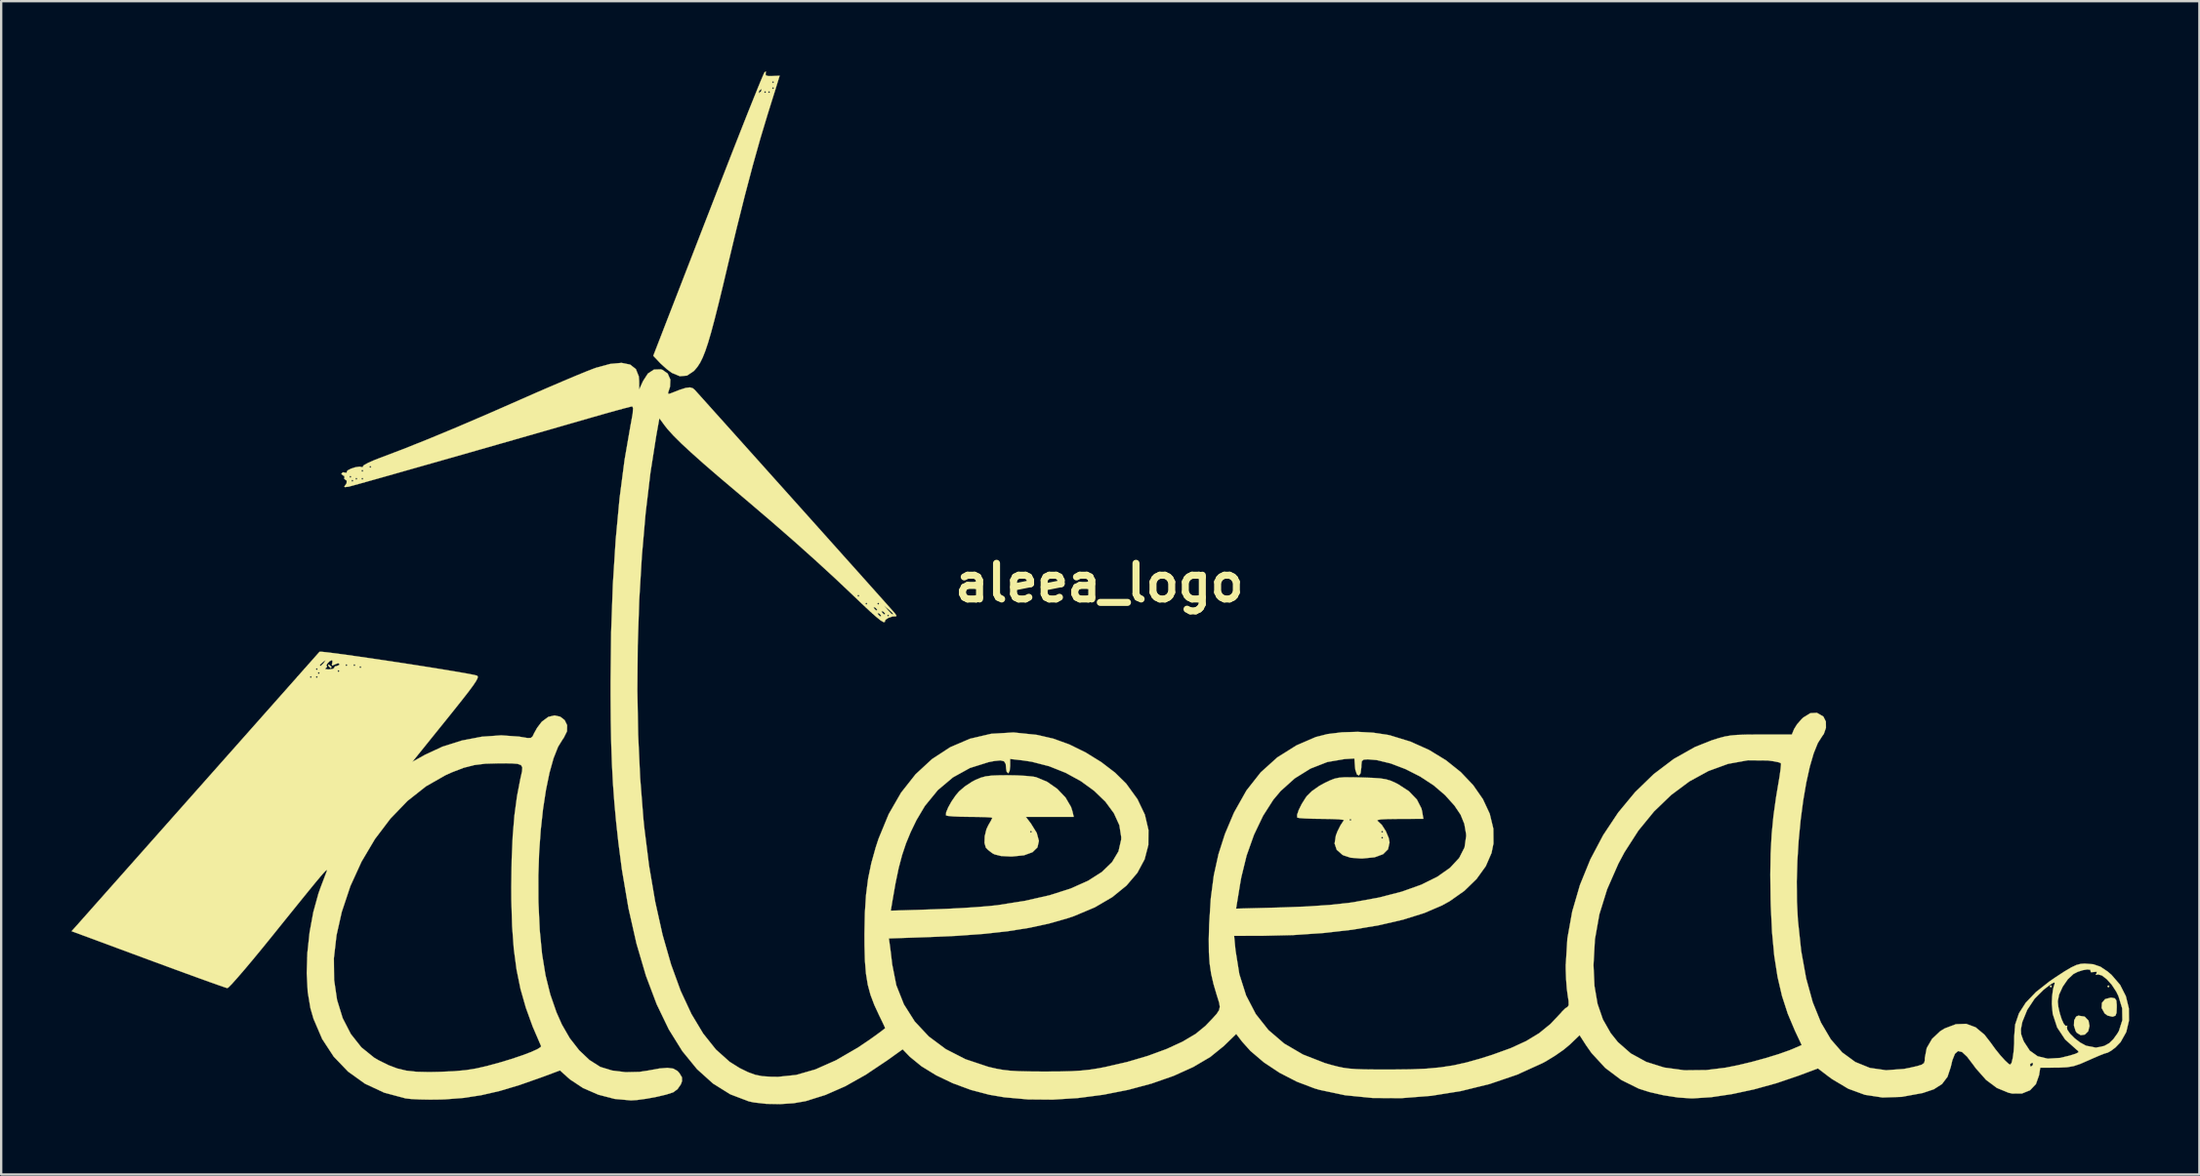
<source format=kicad_pcb>
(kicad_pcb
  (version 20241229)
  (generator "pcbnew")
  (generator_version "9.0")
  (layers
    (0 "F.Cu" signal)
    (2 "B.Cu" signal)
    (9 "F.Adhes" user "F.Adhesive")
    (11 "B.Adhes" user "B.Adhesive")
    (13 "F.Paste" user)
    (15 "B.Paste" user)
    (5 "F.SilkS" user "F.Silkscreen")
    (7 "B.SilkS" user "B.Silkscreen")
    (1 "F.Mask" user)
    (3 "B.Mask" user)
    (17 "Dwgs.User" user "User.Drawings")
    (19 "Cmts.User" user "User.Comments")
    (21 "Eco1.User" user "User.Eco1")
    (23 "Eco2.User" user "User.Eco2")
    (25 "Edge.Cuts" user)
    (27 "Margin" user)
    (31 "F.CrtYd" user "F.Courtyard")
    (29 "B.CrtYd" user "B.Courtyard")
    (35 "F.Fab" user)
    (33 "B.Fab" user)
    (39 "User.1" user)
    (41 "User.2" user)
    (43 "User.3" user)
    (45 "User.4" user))
  (footprint "aleea_logo"
    (layer "F.Cu")
    (at 43.865 21.835)
    (property "Reference" "aleea_logo" (at 0 0 0) (layer "F.SilkS") (effects (font (size 1.524 1.524) (thickness 0.3))))
    (attr through_hole)
    (fp_poly (pts (xy 40.64 17.23) (xy 40.598 17.272) (xy 40.555 17.23) (xy 40.598 17.187) (xy 40.64 17.23)) (stroke (width 0.01) (type solid)) (fill yes) (layer "F.SilkS"))
    (fp_poly (pts (xy 43.095 17.23) (xy 43.053 17.272) (xy 43.011 17.23) (xy 43.053 17.187) (xy 43.095 17.23)) (stroke (width 0.01) (type solid)) (fill yes) (layer "F.SilkS"))
    (fp_poly (pts (xy -32.864 3.506) (xy -32.774 3.584) (xy -32.766 3.603) (xy -32.806 3.638) (xy -32.89 3.56) (xy -32.901 3.543) (xy -32.911 3.485) (xy -32.864 3.506)) (stroke (width 0.01) (type solid)) (fill yes) (layer "F.SilkS"))
    (fp_poly (pts (xy 42.043 18.521) (xy 42.206 18.69) (xy 42.249 18.917) (xy 42.192 19.148) (xy 42.051 19.286) (xy 41.874 19.313) (xy 41.708 19.212) (xy 41.657 19.137) (xy 41.584 18.904) (xy 41.594 18.679) (xy 41.677 18.521) (xy 41.771 18.478) (xy 42.043 18.521)) (stroke (width 0.01) (type solid)) (fill yes) (layer "F.SilkS"))
    (fp_poly (pts (xy 43.199 17.713) (xy 43.329 17.74) (xy 43.392 17.826) (xy 43.411 18.016) (xy 43.411 18.119) (xy 43.401 18.36) (xy 43.356 18.478) (xy 43.254 18.519) (xy 43.222 18.523) (xy 43.019 18.475) (xy 42.895 18.385) (xy 42.766 18.151) (xy 42.779 17.933) (xy 42.915 17.772) (xy 43.155 17.711) (xy 43.199 17.713)) (stroke (width 0.01) (type solid)) (fill yes) (layer "F.SilkS"))
    (fp_poly (pts (xy -3.523 8.221) (xy -3.141 8.242) (xy -2.841 8.272) (xy -2.706 8.297) (xy -2.232 8.494) (xy -1.801 8.795) (xy -1.448 9.165) (xy -1.211 9.57) (xy -1.151 9.758) (xy -1.097 9.991) (xy -3.141 9.991) (xy -2.926 10.273) (xy -2.676 10.676) (xy -2.583 11.018) (xy -2.645 11.295) (xy -2.857 11.501) (xy -3.217 11.632) (xy -3.723 11.683) (xy -3.787 11.684) (xy -4.2 11.662) (xy -4.48 11.592) (xy -4.574 11.541) (xy -4.747 11.408) (xy -4.846 11.308) (xy -4.905 11.105) (xy -4.895 10.82) (xy -4.848 10.626) (xy -2.963 10.626) (xy -2.921 10.668) (xy -2.879 10.626) (xy -2.921 10.583) (xy -2.963 10.626) (xy -4.848 10.626) (xy -4.823 10.523) (xy -4.741 10.348) (xy -4.632 10.16) (xy -4.575 10.043) (xy -4.572 10.031) (xy -4.651 10.015) (xy -4.866 10.002) (xy -5.183 9.994) (xy -5.541 9.991) (xy -5.928 9.985) (xy -6.249 9.971) (xy -6.468 9.95) (xy -6.549 9.927) (xy -6.541 9.801) (xy -6.453 9.587) (xy -6.309 9.33) (xy -6.132 9.073) (xy -5.988 8.903) (xy -5.743 8.693) (xy -5.436 8.491) (xy -5.292 8.415) (xy -5.074 8.323) (xy -4.859 8.263) (xy -4.6 8.23) (xy -4.25 8.216) (xy -3.937 8.214) (xy -3.523 8.221)) (stroke (width 0.01) (type solid)) (fill yes) (layer "F.SilkS"))
    (fp_poly (pts (xy 11.195 8.311) (xy 11.647 8.326) (xy 11.972 8.348) (xy 12.214 8.385) (xy 12.416 8.443) (xy 12.619 8.532) (xy 12.741 8.594) (xy 13.204 8.895) (xy 13.545 9.249) (xy 13.742 9.634) (xy 13.772 9.764) (xy 13.823 10.075) (xy 12.775 10.078) (xy 12.31 10.084) (xy 12.009 10.1) (xy 11.865 10.127) (xy 11.868 10.163) (xy 12.051 10.336) (xy 12.223 10.605) (xy 12.345 10.896) (xy 12.38 11.083) (xy 12.315 11.375) (xy 12.102 11.586) (xy 11.741 11.717) (xy 11.23 11.768) (xy 11.149 11.768) (xy 10.722 11.736) (xy 10.412 11.635) (xy 10.362 11.607) (xy 10.125 11.396) (xy 10.035 11.13) (xy 10.075 10.88) (xy 12.023 10.88) (xy 12.065 10.922) (xy 12.107 10.88) (xy 12.065 10.837) (xy 12.023 10.88) (xy 10.075 10.88) (xy 10.088 10.791) (xy 10.152 10.626) (xy 12.023 10.626) (xy 12.065 10.668) (xy 12.107 10.626) (xy 12.065 10.583) (xy 12.023 10.626) (xy 10.152 10.626) (xy 10.161 10.604) (xy 10.281 10.363) (xy 10.393 10.189) (xy 10.438 10.143) (xy 10.4 10.118) (xy 10.396 10.118) (xy 10.668 10.118) (xy 10.71 10.16) (xy 10.753 10.118) (xy 10.71 10.075) (xy 10.668 10.118) (xy 10.396 10.118) (xy 10.221 10.097) (xy 9.929 10.083) (xy 9.552 10.077) (xy 9.518 10.077) (xy 9.118 10.072) (xy 8.782 10.06) (xy 8.545 10.043) (xy 8.442 10.023) (xy 8.442 10.022) (xy 8.434 9.907) (xy 8.505 9.698) (xy 8.634 9.438) (xy 8.802 9.171) (xy 8.853 9.102) (xy 9.069 8.89) (xy 9.381 8.671) (xy 9.61 8.545) (xy 9.838 8.436) (xy 10.026 8.363) (xy 10.215 8.321) (xy 10.449 8.302) (xy 10.769 8.301) (xy 11.195 8.311)) (stroke (width 0.01) (type solid)) (fill yes) (layer "F.SilkS"))
    (fp_poly (pts (xy -14.245 -21.755) (xy -14.241 -21.67) (xy -14.128 -21.637) (xy -13.968 -21.638) (xy -13.646 -21.652) (xy -13.754 -21.304) (xy -13.822 -21.082) (xy -13.927 -20.747) (xy -14.052 -20.346) (xy -14.166 -19.981) (xy -14.475 -18.955) (xy -14.796 -17.811) (xy -15.132 -16.536) (xy -15.487 -15.118) (xy -15.833 -13.674) (xy -16.059 -12.718) (xy -16.255 -11.913) (xy -16.424 -11.244) (xy -16.571 -10.695) (xy -16.701 -10.251) (xy -16.819 -9.898) (xy -16.93 -9.62) (xy -17.038 -9.402) (xy -17.149 -9.23) (xy -17.266 -9.088) (xy -17.315 -9.038) (xy -17.599 -8.848) (xy -17.906 -8.823) (xy -18.244 -8.964) (xy -18.246 -8.965) (xy -18.468 -9.131) (xy -18.709 -9.348) (xy -18.769 -9.409) (xy -19.038 -9.694) (xy -18.53 -11.007) (xy -18.404 -11.332) (xy -18.224 -11.796) (xy -17.998 -12.379) (xy -17.733 -13.062) (xy -17.437 -13.825) (xy -17.117 -14.651) (xy -16.781 -15.518) (xy -16.435 -16.408) (xy -16.199 -17.018) (xy -15.869 -17.866) (xy -15.555 -18.669) (xy -15.264 -19.41) (xy -15 -20.077) (xy -14.768 -20.656) (xy -14.662 -20.918) (xy -14.542 -20.918) (xy -14.53 -20.913) (xy -14.475 -20.955) (xy -14.309 -20.955) (xy -14.266 -20.913) (xy -14.224 -20.955) (xy -14.139 -20.955) (xy -14.097 -20.913) (xy -14.055 -20.955) (xy -14.097 -20.997) (xy -14.139 -20.955) (xy -14.224 -20.955) (xy -14.266 -20.997) (xy -14.309 -20.955) (xy -14.475 -20.955) (xy -14.453 -20.972) (xy -14.436 -20.997) (xy -14.414 -21.076) (xy -14.426 -21.082) (xy -14.503 -21.022) (xy -14.52 -20.997) (xy -14.542 -20.918) (xy -14.662 -20.918) (xy -14.579 -21.124) (xy -13.97 -21.124) (xy -13.928 -21.082) (xy -13.885 -21.124) (xy -13.928 -21.167) (xy -13.97 -21.124) (xy -14.579 -21.124) (xy -14.576 -21.131) (xy -14.474 -21.378) (xy -13.97 -21.378) (xy -13.928 -21.336) (xy -13.885 -21.378) (xy -13.928 -21.421) (xy -13.97 -21.378) (xy -14.474 -21.378) (xy -14.428 -21.49) (xy -14.33 -21.719) (xy -14.288 -21.802) (xy -14.23 -21.83) (xy -14.245 -21.755)) (stroke (width 0.01) (type solid)) (fill yes) (layer "F.SilkS"))
    (fp_poly (pts (xy -33.188 2.942) (xy -32.951 2.967) (xy -32.591 3.012) (xy -32.129 3.074) (xy -31.588 3.151) (xy -30.988 3.238) (xy -30.351 3.333) (xy -29.7 3.431) (xy -29.056 3.531) (xy -28.441 3.628) (xy -27.877 3.72) (xy -27.385 3.802) (xy -26.988 3.872) (xy -26.706 3.926) (xy -26.562 3.961) (xy -26.558 3.963) (xy -26.526 3.998) (xy -26.537 4.072) (xy -26.602 4.198) (xy -26.731 4.39) (xy -26.933 4.662) (xy -27.219 5.028) (xy -27.597 5.503) (xy -27.863 5.834) (xy -29.321 7.643) (xy -28.779 7.341) (xy -28.03 6.993) (xy -27.208 6.733) (xy -26.359 6.57) (xy -25.529 6.511) (xy -24.762 6.565) (xy -24.664 6.582) (xy -24.407 6.625) (xy -24.265 6.621) (xy -24.186 6.553) (xy -24.123 6.419) (xy -23.995 6.19) (xy -23.814 5.952) (xy -23.788 5.923) (xy -23.519 5.723) (xy -23.25 5.661) (xy -23.008 5.715) (xy -22.82 5.861) (xy -22.715 6.076) (xy -22.72 6.338) (xy -22.862 6.624) (xy -22.894 6.664) (xy -23.102 7.001) (xy -23.294 7.488) (xy -23.467 8.106) (xy -23.617 8.836) (xy -23.743 9.658) (xy -23.841 10.555) (xy -23.909 11.508) (xy -23.943 12.496) (xy -23.941 13.502) (xy -23.938 13.659) (xy -23.884 14.822) (xy -23.785 15.845) (xy -23.637 16.754) (xy -23.434 17.573) (xy -23.173 18.328) (xy -22.939 18.857) (xy -22.603 19.441) (xy -22.2 19.958) (xy -21.76 20.375) (xy -21.312 20.659) (xy -21.279 20.674) (xy -20.793 20.822) (xy -20.22 20.892) (xy -19.625 20.879) (xy -19.262 20.824) (xy -18.782 20.736) (xy -18.433 20.707) (xy -18.186 20.74) (xy -18.01 20.837) (xy -17.926 20.928) (xy -17.815 21.111) (xy -17.811 21.272) (xy -17.859 21.408) (xy -18.004 21.618) (xy -18.189 21.753) (xy -18.488 21.849) (xy -18.888 21.944) (xy -19.324 22.025) (xy -19.729 22.08) (xy -19.991 22.097) (xy -20.686 22.034) (xy -21.383 21.853) (xy -22.032 21.571) (xy -22.583 21.207) (xy -22.675 21.128) (xy -23.019 20.817) (xy -23.808 21.111) (xy -24.755 21.444) (xy -25.599 21.696) (xy -26.378 21.875) (xy -27.133 21.991) (xy -27.903 22.051) (xy -28.109 22.059) (xy -28.565 22.064) (xy -29.005 22.056) (xy -29.377 22.037) (xy -29.612 22.01) (xy -30.523 21.766) (xy -31.342 21.383) (xy -32.061 20.868) (xy -32.673 20.23) (xy -33.167 19.476) (xy -33.536 18.615) (xy -33.668 18.159) (xy -33.784 17.465) (xy -33.826 16.664) (xy -33.806 16.027) (xy -32.668 16.027) (xy -32.658 16.952) (xy -32.532 17.809) (xy -32.293 18.584) (xy -31.945 19.262) (xy -31.495 19.831) (xy -30.946 20.275) (xy -30.752 20.388) (xy -30.34 20.592) (xy -29.962 20.735) (xy -29.576 20.827) (xy -29.137 20.875) (xy -28.604 20.887) (xy -28.152 20.878) (xy -27.542 20.852) (xy -27.04 20.806) (xy -26.588 20.733) (xy -26.126 20.627) (xy -26.12 20.625) (xy -25.587 20.48) (xy -25.083 20.327) (xy -24.633 20.175) (xy -24.261 20.035) (xy -23.989 19.913) (xy -23.843 19.82) (xy -23.826 19.779) (xy -24.185 18.944) (xy -24.475 18.142) (xy -24.703 17.342) (xy -24.872 16.514) (xy -24.99 15.627) (xy -25.062 14.649) (xy -25.094 13.55) (xy -25.097 12.996) (xy -25.081 11.839) (xy -25.037 10.823) (xy -24.962 9.922) (xy -24.853 9.111) (xy -24.709 8.363) (xy -24.69 8.28) (xy -24.637 8.042) (xy -24.626 7.881) (xy -24.682 7.781) (xy -24.827 7.729) (xy -25.086 7.708) (xy -25.484 7.705) (xy -25.623 7.705) (xy -26.198 7.721) (xy -26.678 7.78) (xy -27.13 7.896) (xy -27.621 8.085) (xy -27.898 8.209) (xy -28.737 8.687) (xy -29.528 9.312) (xy -30.257 10.069) (xy -30.915 10.938) (xy -31.487 11.903) (xy -31.964 12.948) (xy -32.332 14.053) (xy -32.555 15.046) (xy -32.668 16.027) (xy -33.806 16.027) (xy -33.798 15.8) (xy -33.703 14.917) (xy -33.545 14.058) (xy -33.327 13.266) (xy -33.231 12.996) (xy -33.119 12.702) (xy -33.024 12.45) (xy -32.975 12.319) (xy -32.962 12.271) (xy -32.975 12.26) (xy -33.021 12.296) (xy -33.109 12.389) (xy -33.248 12.549) (xy -33.446 12.786) (xy -33.711 13.11) (xy -34.053 13.531) (xy -34.48 14.059) (xy -35 14.704) (xy -35.292 15.068) (xy -35.722 15.598) (xy -36.122 16.083) (xy -36.479 16.508) (xy -36.78 16.857) (xy -37.011 17.116) (xy -37.161 17.268) (xy -37.212 17.304) (xy -37.314 17.273) (xy -37.557 17.189) (xy -37.924 17.059) (xy -38.398 16.888) (xy -38.961 16.683) (xy -39.596 16.451) (xy -40.286 16.196) (xy -40.593 16.083) (xy -43.86 14.873) (xy -43.702 14.697) (xy -43.63 14.616) (xy -43.456 14.42) (xy -43.189 14.119) (xy -42.839 13.724) (xy -42.415 13.246) (xy -41.927 12.696) (xy -41.386 12.086) (xy -40.8 11.425) (xy -40.179 10.725) (xy -39.533 9.996) (xy -38.872 9.251) (xy -38.205 8.499) (xy -37.543 7.752) (xy -36.894 7.021) (xy -36.269 6.316) (xy -35.677 5.648) (xy -35.128 5.029) (xy -34.632 4.469) (xy -34.235 4.022) (xy -33.697 4.022) (xy -33.655 4.064) (xy -33.613 4.022) (xy -33.443 4.022) (xy -33.401 4.064) (xy -33.359 4.022) (xy -33.401 3.979) (xy -33.443 4.022) (xy -33.613 4.022) (xy -33.655 3.979) (xy -33.697 4.022) (xy -34.235 4.022) (xy -34.199 3.98) (xy -34.085 3.852) (xy -33.359 3.852) (xy -33.316 3.895) (xy -33.274 3.852) (xy -33.316 3.81) (xy -33.359 3.852) (xy -34.085 3.852) (xy -34.01 3.768) (xy -32.512 3.768) (xy -32.47 3.81) (xy -32.427 3.768) (xy -32.47 3.725) (xy -32.512 3.768) (xy -34.01 3.768) (xy -33.935 3.683) (xy -33.443 3.683) (xy -33.401 3.725) (xy -33.359 3.683) (xy -33.041 3.683) (xy -32.912 3.697) (xy -32.869 3.696) (xy -32.702 3.671) (xy -32.65 3.624) (xy -32.651 3.621) (xy -32.639 3.598) (xy -31.581 3.598) (xy -31.538 3.641) (xy -31.496 3.598) (xy -31.538 3.556) (xy -31.581 3.598) (xy -32.639 3.598) (xy -32.621 3.565) (xy -32.559 3.556) (xy -32.452 3.514) (xy -32.173 3.514) (xy -32.131 3.556) (xy -32.089 3.514) (xy -31.835 3.514) (xy -31.792 3.556) (xy -31.75 3.514) (xy -31.792 3.471) (xy -31.835 3.514) (xy -32.089 3.514) (xy -32.131 3.471) (xy -32.173 3.514) (xy -32.452 3.514) (xy -32.444 3.51) (xy -32.427 3.468) (xy -32.487 3.429) (xy -32.61 3.478) (xy -32.738 3.534) (xy -32.756 3.488) (xy -32.739 3.439) (xy -32.728 3.324) (xy -32.758 3.302) (xy -32.851 3.347) (xy -32.945 3.443) (xy -32.991 3.531) (xy -32.967 3.557) (xy -32.959 3.593) (xy -33.01 3.633) (xy -33.041 3.683) (xy -33.359 3.683) (xy -33.359 3.683) (xy -33.401 3.641) (xy -33.443 3.683) (xy -33.935 3.683) (xy -33.837 3.572) (xy -33.794 3.524) (xy -33.274 3.524) (xy -33.233 3.549) (xy -33.12 3.441) (xy -33.094 3.408) (xy -33.021 3.308) (xy -33.064 3.329) (xy -33.126 3.376) (xy -33.243 3.48) (xy -33.274 3.524) (xy -33.794 3.524) (xy -33.557 3.256) (xy -33.369 3.043) (xy -33.281 2.945) (xy -33.279 2.942) (xy -33.188 2.942)) (stroke (width 0.01) (type solid)) (fill yes) (layer "F.SilkS"))
    (fp_poly (pts (xy -20.026 -9.318) (xy -19.781 -9.127) (xy -19.657 -8.818) (xy -19.641 -8.619) (xy -19.639 -8.255) (xy -19.476 -8.615) (xy -19.268 -8.936) (xy -19.011 -9.105) (xy -18.717 -9.115) (xy -18.646 -9.094) (xy -18.423 -8.935) (xy -18.31 -8.68) (xy -18.324 -8.372) (xy -18.351 -8.287) (xy -18.407 -8.116) (xy -18.387 -8.064) (xy -18.305 -8.087) (xy -17.918 -8.239) (xy -17.653 -8.323) (xy -17.475 -8.345) (xy -17.353 -8.31) (xy -17.275 -8.245) (xy -17.196 -8.159) (xy -17.016 -7.959) (xy -16.745 -7.657) (xy -16.394 -7.265) (xy -15.973 -6.797) (xy -15.494 -6.262) (xy -14.968 -5.675) (xy -14.405 -5.047) (xy -13.817 -4.39) (xy -13.213 -3.716) (xy -12.606 -3.038) (xy -12.006 -2.368) (xy -11.425 -1.718) (xy -10.872 -1.1) (xy -10.358 -0.526) (xy -9.896 -0.009) (xy -9.495 0.44) (xy -9.167 0.807) (xy -8.923 1.082) (xy -8.772 1.251) (xy -8.731 1.297) (xy -8.66 1.404) (xy -8.681 1.429) (xy -8.831 1.435) (xy -9.006 1.495) (xy -9.128 1.578) (xy -9.144 1.614) (xy -9.162 1.674) (xy -9.223 1.672) (xy -9.343 1.6) (xy -9.533 1.445) (xy -9.702 1.294) (xy -9.469 1.294) (xy -9.448 1.342) (xy -9.363 1.432) (xy -9.314 1.414) (xy -9.313 1.402) (xy -9.318 1.397) (xy -9.059 1.397) (xy -9.017 1.439) (xy -8.975 1.397) (xy -9.017 1.355) (xy -9.059 1.397) (xy -9.318 1.397) (xy -9.373 1.33) (xy -9.411 1.304) (xy -9.469 1.294) (xy -9.702 1.294) (xy -9.796 1.21) (xy -9.3 1.21) (xy -9.279 1.257) (xy -9.194 1.348) (xy -9.145 1.329) (xy -9.144 1.317) (xy -9.204 1.246) (xy -9.242 1.22) (xy -9.3 1.21) (xy -9.796 1.21) (xy -9.808 1.199) (xy -9.977 1.04) (xy -9.638 1.04) (xy -9.618 1.088) (xy -9.533 1.178) (xy -9.483 1.16) (xy -9.483 1.148) (xy -9.543 1.076) (xy -9.58 1.05) (xy -9.638 1.04) (xy -9.977 1.04) (xy -10.048 0.974) (xy -9.186 0.974) (xy -9.025 1.164) (xy -8.875 1.324) (xy -8.81 1.347) (xy -8.805 1.325) (xy -8.862 1.256) (xy -8.996 1.135) (xy -9.186 0.974) (xy -10.048 0.974) (xy -10.139 0.889) (xy -9.991 0.889) (xy -9.948 0.931) (xy -9.906 0.889) (xy -9.483 0.889) (xy -9.44 0.931) (xy -9.398 0.889) (xy -9.44 0.847) (xy -9.483 0.889) (xy -9.906 0.889) (xy -9.948 0.847) (xy -9.991 0.889) (xy -10.139 0.889) (xy -10.181 0.85) (xy -10.472 0.572) (xy -10.495 0.55) (xy -10.329 0.55) (xy -10.287 0.593) (xy -10.245 0.55) (xy -10.287 0.508) (xy -10.329 0.55) (xy -10.495 0.55) (xy -11.295 -0.206) (xy -12.138 -0.98) (xy -13.027 -1.775) (xy -13.989 -2.614) (xy -15.05 -3.52) (xy -15.494 -3.895) (xy -16.26 -4.544) (xy -16.901 -5.098) (xy -17.428 -5.568) (xy -17.851 -5.961) (xy -18.178 -6.287) (xy -18.421 -6.554) (xy -18.545 -6.71) (xy -18.778 -7.028) (xy -18.911 -6.287) (xy -19.161 -4.696) (xy -19.366 -2.974) (xy -19.525 -1.152) (xy -19.638 0.737) (xy -19.702 2.66) (xy -19.718 4.586) (xy -19.684 6.483) (xy -19.599 8.318) (xy -19.462 10.059) (xy -19.427 10.414) (xy -19.218 12.079) (xy -18.956 13.617) (xy -18.643 15.023) (xy -18.28 16.293) (xy -17.869 17.423) (xy -17.411 18.407) (xy -16.909 19.243) (xy -16.365 19.925) (xy -15.779 20.45) (xy -15.351 20.718) (xy -14.993 20.893) (xy -14.69 21.004) (xy -14.38 21.065) (xy -14.001 21.088) (xy -13.707 21.091) (xy -12.944 21.011) (xy -12.121 20.775) (xy -11.24 20.384) (xy -10.302 19.84) (xy -9.807 19.506) (xy -9.523 19.303) (xy -9.299 19.138) (xy -9.167 19.034) (xy -9.144 19.011) (xy -9.179 18.927) (xy -9.27 18.733) (xy -9.396 18.475) (xy -9.608 18.018) (xy -9.769 17.59) (xy -9.885 17.158) (xy -9.962 16.684) (xy -10.007 16.135) (xy -10.025 15.474) (xy -10.027 14.986) (xy -10.009 14.091) (xy -10.003 13.997) (xy -8.903 13.997) (xy -7.097 13.941) (xy -6.487 13.917) (xy -5.864 13.885) (xy -5.275 13.847) (xy -4.764 13.806) (xy -4.375 13.766) (xy -4.36 13.764) (xy -3.172 13.576) (xy -2.129 13.339) (xy -1.234 13.054) (xy -0.489 12.722) (xy 0.102 12.346) (xy 0.537 11.926) (xy 0.813 11.465) (xy 0.928 10.963) (xy 0.931 10.857) (xy 0.85 10.345) (xy 0.618 9.836) (xy 0.255 9.343) (xy -0.222 8.882) (xy -0.793 8.466) (xy -1.44 8.111) (xy -2.145 7.83) (xy -2.888 7.638) (xy -3.281 7.579) (xy -3.81 7.519) (xy -3.81 7.823) (xy -3.831 8.022) (xy -3.882 8.124) (xy -3.895 8.128) (xy -3.961 8.056) (xy -3.981 7.938) (xy -3.999 7.733) (xy -4.071 7.618) (xy -4.227 7.58) (xy -4.498 7.609) (xy -4.729 7.654) (xy -5.525 7.904) (xy -6.25 8.305) (xy -6.895 8.848) (xy -7.45 9.527) (xy -7.809 10.132) (xy -8.053 10.637) (xy -8.253 11.121) (xy -8.421 11.623) (xy -8.568 12.18) (xy -8.703 12.829) (xy -8.839 13.606) (xy -8.849 13.666) (xy -8.903 13.997) (xy -10.003 13.997) (xy -9.959 13.319) (xy -9.87 12.626) (xy -9.734 11.967) (xy -9.547 11.297) (xy -9.424 10.922) (xy -8.993 9.876) (xy -8.464 8.958) (xy -7.845 8.173) (xy -7.143 7.524) (xy -6.367 7.017) (xy -5.523 6.656) (xy -4.62 6.445) (xy -3.665 6.388) (xy -2.667 6.491) (xy -1.967 6.653) (xy -1.288 6.898) (xy -0.591 7.241) (xy 0.077 7.653) (xy 0.669 8.106) (xy 1.139 8.569) (xy 1.621 9.233) (xy 1.938 9.896) (xy 2.092 10.551) (xy 2.088 11.188) (xy 1.928 11.802) (xy 1.617 12.383) (xy 1.156 12.923) (xy 0.551 13.416) (xy -0.195 13.853) (xy -1.08 14.226) (xy -1.4 14.333) (xy -2.175 14.552) (xy -3.006 14.731) (xy -3.915 14.875) (xy -4.924 14.987) (xy -6.058 15.069) (xy -7.227 15.122) (xy -8.985 15.182) (xy -8.942 15.486) (xy -8.908 15.747) (xy -8.868 16.082) (xy -8.845 16.285) (xy -8.668 17.18) (xy -8.344 17.997) (xy -7.88 18.729) (xy -7.282 19.368) (xy -6.557 19.908) (xy -5.712 20.341) (xy -4.752 20.661) (xy -4.699 20.675) (xy -4.397 20.744) (xy -4.111 20.795) (xy -3.804 20.83) (xy -3.441 20.851) (xy -2.985 20.862) (xy -2.399 20.866) (xy -2.328 20.866) (xy -1.698 20.863) (xy -1.195 20.85) (xy -0.778 20.825) (xy -0.404 20.785) (xy -0.031 20.726) (xy 0.24 20.674) (xy 1.186 20.456) (xy 2.067 20.196) (xy 2.862 19.904) (xy 3.549 19.588) (xy 4.109 19.256) (xy 4.521 18.918) (xy 4.529 18.909) (xy 4.816 18.611) (xy 5.004 18.402) (xy 5.106 18.244) (xy 5.137 18.101) (xy 5.111 17.934) (xy 5.041 17.707) (xy 5.013 17.619) (xy 4.869 17.131) (xy 4.767 16.689) (xy 4.703 16.251) (xy 4.671 15.772) (xy 4.666 15.208) (xy 4.683 14.578) (xy 4.725 13.911) (xy 5.83 13.911) (xy 7.762 13.86) (xy 8.857 13.818) (xy 9.817 13.753) (xy 10.627 13.666) (xy 10.831 13.637) (xy 11.935 13.435) (xy 12.905 13.184) (xy 13.736 12.887) (xy 14.423 12.546) (xy 14.963 12.165) (xy 15.351 11.747) (xy 15.581 11.293) (xy 15.65 10.807) (xy 15.645 10.717) (xy 15.571 10.29) (xy 15.412 9.899) (xy 15.147 9.506) (xy 14.755 9.071) (xy 14.736 9.052) (xy 14.256 8.642) (xy 13.684 8.268) (xy 13.062 7.952) (xy 12.433 7.712) (xy 11.84 7.568) (xy 11.455 7.535) (xy 11.276 7.547) (xy 11.197 7.613) (xy 11.177 7.784) (xy 11.176 7.874) (xy 11.145 8.126) (xy 11.072 8.227) (xy 10.988 8.179) (xy 10.921 7.984) (xy 10.906 7.855) (xy 10.88 7.498) (xy 10.456 7.524) (xy 9.723 7.65) (xy 9.007 7.93) (xy 8.334 8.348) (xy 7.732 8.889) (xy 7.42 9.26) (xy 6.981 9.947) (xy 6.595 10.756) (xy 6.28 11.643) (xy 6.054 12.567) (xy 6.015 12.785) (xy 5.959 13.124) (xy 5.907 13.44) (xy 5.877 13.623) (xy 5.83 13.911) (xy 4.725 13.911) (xy 4.752 13.473) (xy 4.881 12.489) (xy 5.08 11.586) (xy 5.356 10.723) (xy 5.72 9.86) (xy 5.759 9.779) (xy 6.273 8.867) (xy 6.881 8.093) (xy 7.591 7.452) (xy 8.408 6.939) (xy 9.227 6.585) (xy 9.734 6.456) (xy 10.349 6.381) (xy 11.018 6.361) (xy 11.688 6.398) (xy 12.306 6.491) (xy 12.404 6.513) (xy 13.27 6.778) (xy 14.069 7.137) (xy 14.789 7.576) (xy 15.42 8.081) (xy 15.949 8.639) (xy 16.364 9.236) (xy 16.655 9.859) (xy 16.809 10.494) (xy 16.814 11.129) (xy 16.732 11.533) (xy 16.486 12.098) (xy 16.092 12.645) (xy 15.571 13.151) (xy 14.944 13.593) (xy 14.615 13.775) (xy 13.862 14.097) (xy 12.962 14.379) (xy 11.934 14.617) (xy 10.798 14.809) (xy 9.572 14.95) (xy 8.276 15.038) (xy 6.927 15.07) (xy 6.874 15.07) (xy 5.747 15.071) (xy 5.806 15.684) (xy 5.97 16.708) (xy 6.258 17.615) (xy 6.671 18.41) (xy 7.212 19.094) (xy 7.883 19.669) (xy 8.684 20.138) (xy 9.619 20.503) (xy 9.911 20.588) (xy 10.167 20.654) (xy 10.406 20.704) (xy 10.658 20.739) (xy 10.955 20.761) (xy 11.327 20.775) (xy 11.805 20.78) (xy 12.421 20.781) (xy 12.446 20.781) (xy 13.259 20.772) (xy 13.946 20.743) (xy 14.547 20.688) (xy 15.107 20.602) (xy 15.666 20.477) (xy 16.268 20.308) (xy 16.753 20.154) (xy 17.549 19.867) (xy 18.208 19.565) (xy 18.763 19.228) (xy 19.245 18.836) (xy 19.687 18.368) (xy 19.738 18.306) (xy 19.88 18.166) (xy 19.972 18.108) (xy 20.023 18.035) (xy 20.02 17.852) (xy 19.983 17.62) (xy 19.944 17.324) (xy 19.914 16.928) (xy 19.898 16.502) (xy 19.897 16.35) (xy 19.899 16.319) (xy 21.082 16.319) (xy 21.124 17.21) (xy 21.255 17.975) (xy 21.483 18.638) (xy 21.815 19.222) (xy 22.122 19.607) (xy 22.672 20.09) (xy 23.334 20.453) (xy 24.1 20.694) (xy 24.961 20.811) (xy 25.906 20.801) (xy 26.722 20.7) (xy 27.246 20.595) (xy 27.835 20.454) (xy 28.433 20.29) (xy 28.989 20.119) (xy 29.448 19.956) (xy 29.568 19.907) (xy 29.967 19.735) (xy 29.677 19.117) (xy 29.373 18.397) (xy 29.128 17.641) (xy 28.938 16.826) (xy 28.797 15.926) (xy 28.702 14.916) (xy 28.647 13.771) (xy 28.64 13.491) (xy 28.628 12.463) (xy 28.642 11.559) (xy 28.686 10.733) (xy 28.763 9.943) (xy 28.875 9.143) (xy 28.959 8.643) (xy 29.021 8.274) (xy 29.064 7.969) (xy 29.084 7.765) (xy 29.08 7.7) (xy 28.983 7.661) (xy 28.766 7.617) (xy 28.511 7.583) (xy 27.669 7.576) (xy 26.823 7.729) (xy 25.988 8.033) (xy 25.175 8.478) (xy 24.397 9.057) (xy 23.668 9.759) (xy 22.999 10.577) (xy 22.405 11.501) (xy 22.142 11.994) (xy 21.664 13.084) (xy 21.334 14.147) (xy 21.143 15.219) (xy 21.082 16.319) (xy 19.899 16.319) (xy 19.968 15.187) (xy 20.175 14.031) (xy 20.505 12.899) (xy 20.949 11.807) (xy 21.496 10.772) (xy 22.136 9.809) (xy 22.859 8.935) (xy 23.652 8.167) (xy 24.507 7.519) (xy 25.413 7.009) (xy 26.134 6.722) (xy 26.433 6.628) (xy 26.688 6.561) (xy 26.938 6.518) (xy 27.226 6.492) (xy 27.592 6.481) (xy 28.077 6.477) (xy 28.214 6.477) (xy 29.546 6.477) (xy 29.642 6.244) (xy 29.767 6.042) (xy 29.963 5.818) (xy 30.035 5.75) (xy 30.334 5.565) (xy 30.615 5.549) (xy 30.879 5.7) (xy 30.896 5.717) (xy 30.998 5.921) (xy 31.002 6.189) (xy 30.912 6.449) (xy 30.846 6.541) (xy 30.656 6.838) (xy 30.477 7.283) (xy 30.311 7.855) (xy 30.161 8.532) (xy 30.031 9.293) (xy 29.922 10.116) (xy 29.838 10.982) (xy 29.782 11.867) (xy 29.756 12.751) (xy 29.764 13.613) (xy 29.804 14.393) (xy 29.945 15.716) (xy 30.157 16.888) (xy 30.438 17.907) (xy 30.789 18.775) (xy 31.209 19.489) (xy 31.697 20.05) (xy 32.254 20.458) (xy 32.878 20.711) (xy 33.57 20.81) (xy 34.33 20.754) (xy 34.574 20.706) (xy 34.898 20.632) (xy 35.09 20.572) (xy 35.186 20.504) (xy 35.218 20.406) (xy 35.221 20.285) (xy 35.302 19.863) (xy 35.529 19.471) (xy 35.877 19.143) (xy 36.074 19.023) (xy 36.548 18.844) (xy 36.984 18.828) (xy 37.388 18.976) (xy 37.764 19.289) (xy 38.027 19.627) (xy 38.227 19.904) (xy 38.442 20.171) (xy 38.643 20.393) (xy 38.799 20.538) (xy 38.867 20.574) (xy 39.709 20.574) (xy 39.738 20.656) (xy 39.746 20.659) (xy 39.818 20.599) (xy 39.836 20.574) (xy 39.829 20.496) (xy 39.798 20.489) (xy 39.712 20.551) (xy 39.709 20.574) (xy 38.867 20.574) (xy 38.922 20.496) (xy 38.972 20.291) (xy 39.012 20.001) (xy 39.034 19.667) (xy 39.036 19.369) (xy 39.06 19.063) (xy 39.32 19.063) (xy 39.331 19.274) (xy 39.416 19.514) (xy 39.452 19.595) (xy 39.7 19.973) (xy 40.037 20.213) (xy 40.467 20.316) (xy 40.995 20.283) (xy 41.405 20.184) (xy 41.658 20.104) (xy 41.772 20.047) (xy 41.771 19.993) (xy 41.696 19.931) (xy 41.21 19.497) (xy 40.869 18.983) (xy 40.679 18.404) (xy 40.641 17.976) (xy 40.645 17.867) (xy 40.894 17.867) (xy 40.918 18.104) (xy 40.978 18.372) (xy 41.059 18.627) (xy 41.147 18.823) (xy 41.226 18.914) (xy 41.25 18.912) (xy 41.304 18.907) (xy 41.285 18.95) (xy 41.298 19.074) (xy 41.42 19.251) (xy 41.616 19.447) (xy 41.85 19.626) (xy 42.085 19.754) (xy 42.122 19.767) (xy 42.521 19.845) (xy 42.879 19.772) (xy 43.095 19.651) (xy 43.262 19.488) (xy 43.438 19.244) (xy 43.504 19.13) (xy 43.651 18.67) (xy 43.643 18.166) (xy 43.481 17.638) (xy 43.39 17.453) (xy 43.2 17.162) (xy 42.986 16.923) (xy 42.78 16.765) (xy 42.615 16.717) (xy 42.572 16.731) (xy 42.517 16.74) (xy 42.545 16.679) (xy 42.56 16.604) (xy 42.441 16.613) (xy 42.431 16.616) (xy 42.309 16.625) (xy 42.296 16.587) (xy 42.283 16.521) (xy 42.156 16.506) (xy 41.963 16.537) (xy 41.747 16.607) (xy 41.563 16.701) (xy 41.322 16.927) (xy 41.105 17.242) (xy 40.95 17.581) (xy 40.894 17.867) (xy 40.645 17.867) (xy 40.654 17.656) (xy 40.689 17.373) (xy 40.724 17.23) (xy 40.765 17.102) (xy 40.746 17.059) (xy 40.646 17.105) (xy 40.447 17.249) (xy 40.287 17.373) (xy 39.906 17.754) (xy 39.59 18.232) (xy 39.385 18.736) (xy 39.372 18.79) (xy 39.32 19.063) (xy 39.06 19.063) (xy 39.077 18.856) (xy 39.238 18.379) (xy 39.53 17.923) (xy 39.964 17.471) (xy 40.55 17.01) (xy 40.799 16.84) (xy 41.188 16.586) (xy 41.475 16.417) (xy 41.691 16.316) (xy 41.873 16.268) (xy 42.042 16.256) (xy 42.409 16.285) (xy 42.714 16.389) (xy 43.021 16.595) (xy 43.189 16.739) (xy 43.553 17.162) (xy 43.8 17.649) (xy 43.927 18.168) (xy 43.933 18.688) (xy 43.816 19.179) (xy 43.575 19.608) (xy 43.355 19.837) (xy 43.165 19.98) (xy 43.021 20.06) (xy 42.994 20.066) (xy 42.881 20.099) (xy 42.656 20.188) (xy 42.358 20.317) (xy 42.217 20.38) (xy 41.852 20.539) (xy 41.567 20.634) (xy 41.291 20.681) (xy 40.954 20.697) (xy 40.838 20.698) (xy 40.147 20.701) (xy 40.095 21.024) (xy 39.962 21.399) (xy 39.713 21.663) (xy 39.37 21.802) (xy 38.955 21.805) (xy 38.795 21.771) (xy 38.295 21.565) (xy 37.834 21.221) (xy 37.395 20.724) (xy 37.294 20.585) (xy 37.023 20.23) (xy 36.809 20.031) (xy 36.64 19.99) (xy 36.507 20.106) (xy 36.396 20.382) (xy 36.326 20.676) (xy 36.189 21.089) (xy 35.956 21.397) (xy 35.605 21.622) (xy 35.128 21.782) (xy 34.23 21.947) (xy 33.415 21.973) (xy 32.662 21.858) (xy 31.951 21.597) (xy 31.262 21.186) (xy 31.1 21.067) (xy 30.661 20.732) (xy 29.834 21.041) (xy 28.893 21.361) (xy 27.934 21.626) (xy 26.995 21.828) (xy 26.117 21.959) (xy 25.338 22.01) (xy 25.233 22.01) (xy 24.688 21.973) (xy 24.073 21.878) (xy 23.471 21.74) (xy 23.02 21.597) (xy 22.269 21.225) (xy 21.586 20.711) (xy 21.001 20.077) (xy 20.773 19.753) (xy 20.49 19.313) (xy 20.072 19.714) (xy 19.802 19.938) (xy 19.441 20.189) (xy 19.052 20.427) (xy 18.907 20.505) (xy 17.823 20.998) (xy 16.65 21.397) (xy 15.418 21.7) (xy 14.156 21.902) (xy 12.893 22.001) (xy 11.658 21.994) (xy 10.481 21.877) (xy 9.392 21.646) (xy 9.186 21.586) (xy 8.425 21.298) (xy 7.688 20.918) (xy 7.014 20.471) (xy 6.441 19.982) (xy 6.092 19.592) (xy 5.837 19.26) (xy 5.31 19.772) (xy 4.729 20.243) (xy 4.005 20.67) (xy 3.164 21.05) (xy 2.228 21.377) (xy 1.222 21.647) (xy 0.167 21.855) (xy -0.911 21.996) (xy -1.99 22.064) (xy -3.046 22.055) (xy -4.055 21.965) (xy -4.701 21.855) (xy -5.488 21.648) (xy -6.256 21.364) (xy -6.97 21.023) (xy -7.593 20.64) (xy -8.089 20.235) (xy -8.156 20.166) (xy -8.397 19.915) (xy -9.045 20.38) (xy -9.977 21.004) (xy -10.851 21.495) (xy -11.694 21.865) (xy -12.532 22.127) (xy -12.543 22.13) (xy -13.048 22.217) (xy -13.629 22.255) (xy -14.218 22.244) (xy -14.747 22.184) (xy -14.964 22.137) (xy -15.752 21.837) (xy -16.488 21.378) (xy -17.171 20.763) (xy -17.8 19.992) (xy -18.374 19.068) (xy -18.892 17.994) (xy -19.352 16.772) (xy -19.754 15.404) (xy -20.096 13.893) (xy -20.377 12.24) (xy -20.527 11.087) (xy -20.622 10.215) (xy -20.698 9.388) (xy -20.758 8.574) (xy -20.802 7.738) (xy -20.833 6.848) (xy -20.852 5.87) (xy -20.86 4.771) (xy -20.86 4.233) (xy -20.836 2.098) (xy -20.763 0.071) (xy -20.642 -1.837) (xy -20.476 -3.616) (xy -20.263 -5.253) (xy -20.006 -6.738) (xy -19.987 -6.836) (xy -19.917 -7.229) (xy -19.901 -7.462) (xy -19.936 -7.535) (xy -20.041 -7.513) (xy -20.283 -7.45) (xy -20.639 -7.353) (xy -21.082 -7.229) (xy -21.588 -7.085) (xy -21.803 -7.023) (xy -22.738 -6.753) (xy -23.698 -6.477) (xy -24.67 -6.198) (xy -25.64 -5.92) (xy -26.592 -5.647) (xy -27.513 -5.384) (xy -28.389 -5.135) (xy -29.204 -4.903) (xy -29.945 -4.692) (xy -30.598 -4.507) (xy -31.148 -4.352) (xy -31.58 -4.231) (xy -31.881 -4.148) (xy -32.035 -4.107) (xy -32.046 -4.105) (xy -32.195 -4.087) (xy -32.222 -4.114) (xy -32.216 -4.121) (xy -32.126 -4.246) (xy -32.118 -4.36) (xy -31.919 -4.36) (xy -31.877 -4.318) (xy -31.835 -4.36) (xy -31.877 -4.403) (xy -31.919 -4.36) (xy -32.118 -4.36) (xy -32.118 -4.363) (xy -32.178 -4.403) (xy -32.22 -4.445) (xy -31.75 -4.445) (xy -31.708 -4.403) (xy -31.665 -4.445) (xy -31.496 -4.445) (xy -31.454 -4.403) (xy -31.411 -4.445) (xy -31.454 -4.487) (xy -31.496 -4.445) (xy -31.665 -4.445) (xy -31.708 -4.487) (xy -31.75 -4.445) (xy -32.22 -4.445) (xy -32.229 -4.455) (xy -32.216 -4.487) (xy -32.219 -4.53) (xy -32.004 -4.53) (xy -31.962 -4.487) (xy -31.919 -4.53) (xy -31.962 -4.572) (xy -32.004 -4.53) (xy -32.219 -4.53) (xy -32.222 -4.565) (xy -32.253 -4.572) (xy -32.338 -4.637) (xy -32.343 -4.666) (xy -32.281 -4.721) (xy -32.211 -4.709) (xy -32.12 -4.698) (xy -32.122 -4.727) (xy -32.092 -4.784) (xy -31.496 -4.784) (xy -31.454 -4.741) (xy -31.411 -4.784) (xy -31.454 -4.826) (xy -31.496 -4.784) (xy -32.092 -4.784) (xy -32.086 -4.797) (xy -31.942 -4.873) (xy -31.751 -4.935) (xy -31.574 -4.962) (xy -31.483 -4.945) (xy -31.423 -4.934) (xy -31.43 -4.953) (xy -31.157 -4.953) (xy -31.115 -4.911) (xy -31.073 -4.953) (xy -31.115 -4.995) (xy -31.157 -4.953) (xy -31.43 -4.953) (xy -31.435 -4.965) (xy -31.383 -5.027) (xy -31.202 -5.126) (xy -30.923 -5.248) (xy -30.707 -5.331) (xy -29.743 -5.697) (xy -28.656 -6.131) (xy -27.44 -6.636) (xy -26.087 -7.216) (xy -24.699 -7.826) (xy -24.049 -8.112) (xy -23.419 -8.385) (xy -22.833 -8.635) (xy -22.317 -8.852) (xy -21.893 -9.026) (xy -21.586 -9.145) (xy -21.48 -9.183) (xy -20.876 -9.347) (xy -20.391 -9.392) (xy -20.026 -9.318)) (stroke (width 0.01) (type solid)) (fill yes) (layer "F.SilkS")))
  (gr_rect
    (start -3 -3)
    (end 90.803 47.095)
    (stroke (width 0.1) (type default))
    (fill no)
    (layer "Edge.Cuts")))
</source>
